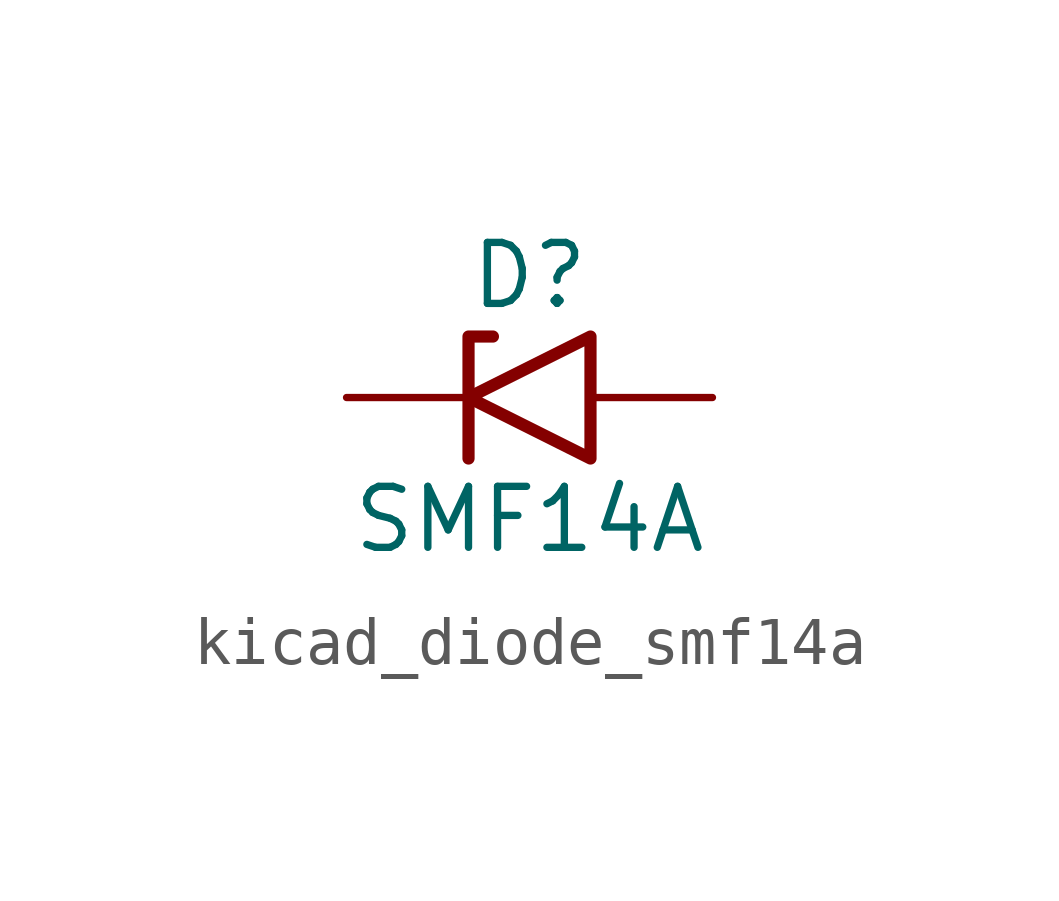
<source format=kicad_sym>
(kicad_symbol_lib
  (version 20220914)
  (generator kicad_symbol_editor)
  (symbol "kicad_diode_smf14a"
    (pin_numbers hide)
    (pin_names
      (offset 1.016) hide)
    (property "Reference" "D"
      (at 0 2.54 0)
      (effects (font (size 1.27 1.27))))
    (property "Value" "SMF14A"
      (at 0 -2.54 0)
      (effects (font (size 1.27 1.27))))
    (symbol "kicad_diode_smf14a_0_1"
      (polyline (pts (xy -0.762 1.27) (xy -1.27 1.27) (xy -1.27 -1.27)) (stroke (width 0.254) (type default)) (fill (type none)))
      (polyline (pts (xy 1.27 1.27) (xy 1.27 -1.27) (xy -1.27 0) (xy 1.27 1.27)) (stroke (width 0.254) (type default)) (fill (type none))))
    (symbol "kicad_diode_smf14a_1_1"
      (pin passive line (at -3.81 0 0) (length 2.54) (name "A1" (effects (font (size 1.27 1.27)))) (number "1" (effects (font (size 1.27 1.27)))))
      (pin passive line (at 3.81 0 180) (length 2.54) (name "A2" (effects (font (size 1.27 1.27)))) (number "2" (effects (font (size 1.27 1.27))))))))
</source>
